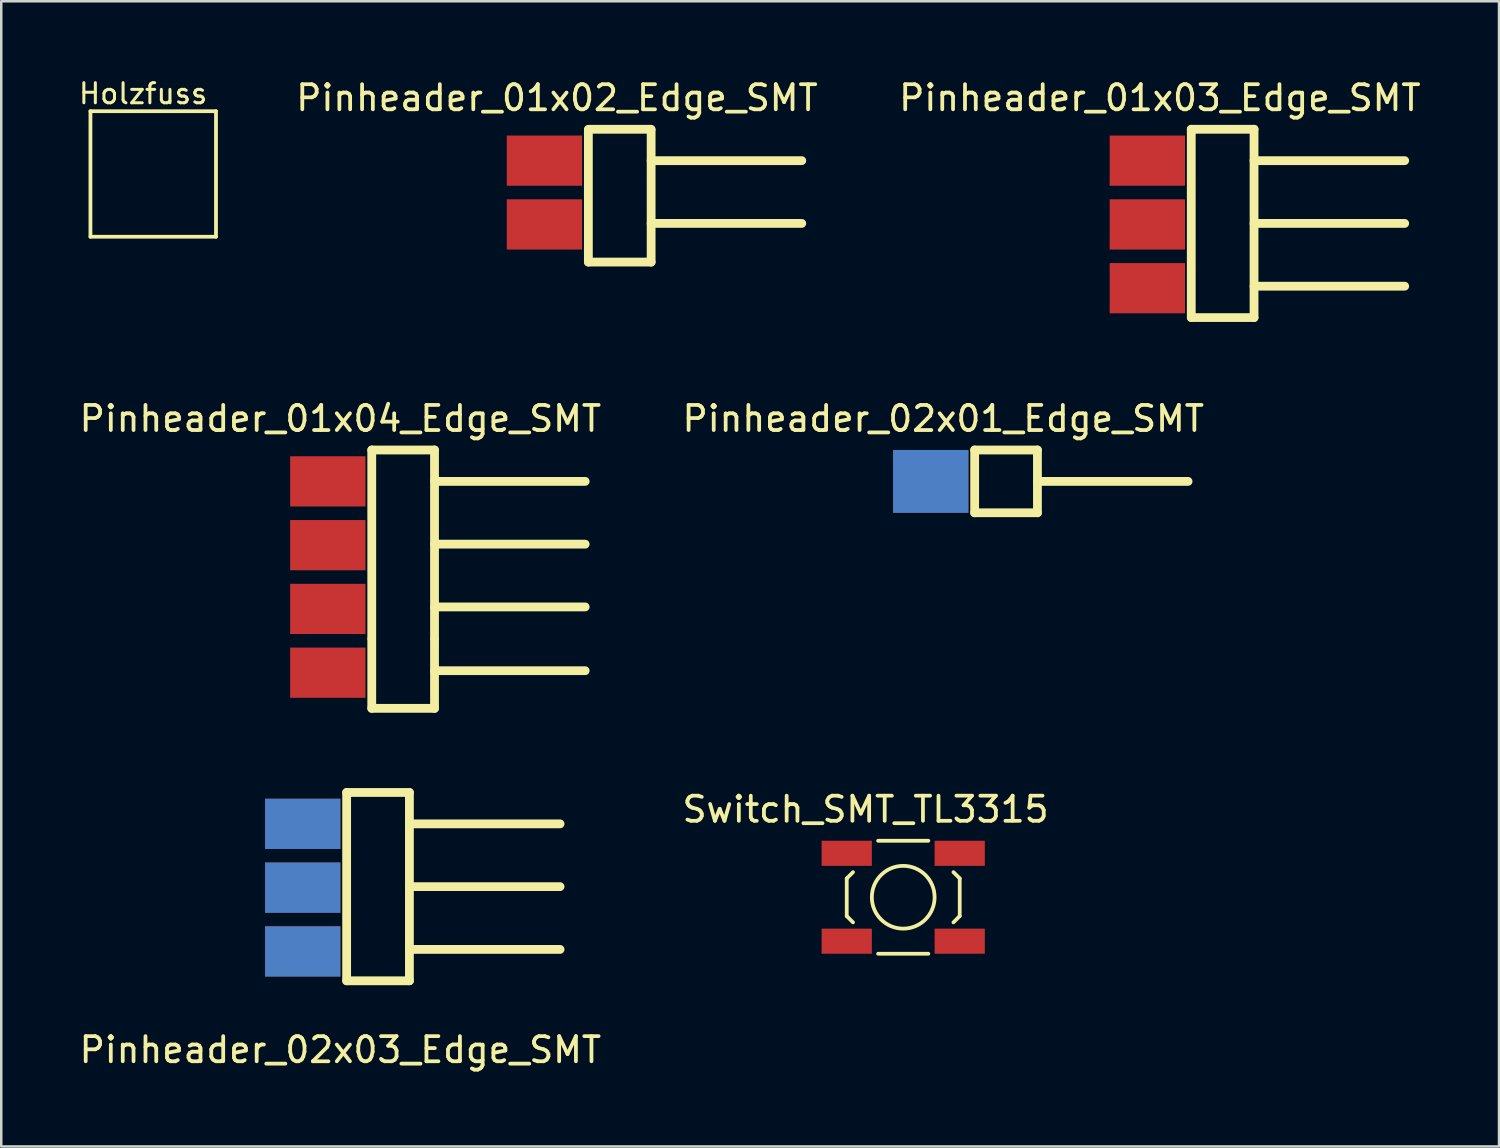
<source format=kicad_pcb>
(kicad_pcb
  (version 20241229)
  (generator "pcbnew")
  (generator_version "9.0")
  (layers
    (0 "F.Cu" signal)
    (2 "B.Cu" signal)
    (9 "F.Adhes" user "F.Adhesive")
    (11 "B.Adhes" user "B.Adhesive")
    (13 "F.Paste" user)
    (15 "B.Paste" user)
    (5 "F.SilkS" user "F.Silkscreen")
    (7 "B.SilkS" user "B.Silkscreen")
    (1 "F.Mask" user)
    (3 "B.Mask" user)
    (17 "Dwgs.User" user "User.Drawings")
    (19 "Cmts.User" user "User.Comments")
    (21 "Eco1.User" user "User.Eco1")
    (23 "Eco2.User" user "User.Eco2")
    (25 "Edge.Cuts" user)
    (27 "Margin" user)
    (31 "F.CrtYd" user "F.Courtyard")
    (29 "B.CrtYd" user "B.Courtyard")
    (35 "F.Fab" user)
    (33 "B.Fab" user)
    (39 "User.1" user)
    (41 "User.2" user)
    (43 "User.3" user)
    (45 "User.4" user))
  (footprint "Pinheader_02x01_Edge_SMT"
    (layer "F.Cu")
    (at 34.018 16.122)
    (property "Reference" "Pinheader_02x01_Edge_SMT" (at 0.5 -2.5 0) (layer "F.SilkS") (effects (font (size 1 1) (thickness 0.15))))
    (attr through_hole)
    (fp_line (start 1.75 -1.25) (end 1.75 1.25) (stroke (width 0.35) (type solid)) (layer "F.SilkS"))
    (fp_line (start 1.75 1.25) (end 4.25 1.25) (stroke (width 0.35) (type solid)) (layer "F.SilkS"))
    (fp_line (start 4.25 -1.25) (end 1.75 -1.25) (stroke (width 0.35) (type solid)) (layer "F.SilkS"))
    (fp_line (start 4.25 0) (end 10.25 0) (stroke (width 0.35) (type solid)) (layer "F.SilkS"))
    (fp_line (start 4.25 1.25) (end 4.25 -1.25) (stroke (width 0.35) (type solid)) (layer "F.SilkS"))
    (pad "1" smd rect (at 0 0) (size 3 2.5) (layers "F.Cu" "F.Mask" "F.Paste"))
    (pad "2" smd rect (at 0 0) (size 3 2.5) (layers "B.Cu" "B.Mask" "B.Paste")))
  (footprint "Holzfuss"
    (layer "F.Cu")
    (at 3.052 3.879)
    (property "Reference" "Holzfuss" (at -0.4 -3.2 0) (layer "F.SilkS") (effects (font (size 0.8 0.8) (thickness 0.12))))
    (attr through_hole)
    (fp_line (start -2.5 -2.5) (end -2.5 2.5) (stroke (width 0.15) (type solid)) (layer "F.SilkS"))
    (fp_line (start -2.5 2.5) (end 2.5 2.5) (stroke (width 0.15) (type solid)) (layer "F.SilkS"))
    (fp_line (start 2.5 -2.5) (end -2.5 -2.5) (stroke (width 0.15) (type solid)) (layer "F.SilkS"))
    (fp_line (start 2.5 -2.5) (end 2.5 2.5) (stroke (width 0.15) (type solid)) (layer "F.SilkS")))
  (footprint "Pinheader_01x04_Edge_SMT"
    (layer "F.Cu")
    (at 10.006 18.662)
    (property "Reference" "Pinheader_01x04_Edge_SMT" (at 0.5 -5.04 0) (layer "F.SilkS") (effects (font (size 1 1) (thickness 0.15))))
    (attr through_hole)
    (fp_line (start 1.75 -3.79) (end 1.75 3.71) (stroke (width 0.35) (type solid)) (layer "F.SilkS"))
    (fp_line (start 1.75 3.75) (end 1.75 6.5) (stroke (width 0.35) (type solid)) (layer "F.SilkS"))
    (fp_line (start 1.75 6.5) (end 4.25 6.5) (stroke (width 0.35) (type solid)) (layer "F.SilkS"))
    (fp_line (start 4.25 -3.79) (end 1.75 -3.79) (stroke (width 0.35) (type solid)) (layer "F.SilkS"))
    (fp_line (start 4.25 -2.54) (end 10.25 -2.54) (stroke (width 0.35) (type solid)) (layer "F.SilkS"))
    (fp_line (start 4.25 -0.04) (end 10.25 -0.04) (stroke (width 0.35) (type solid)) (layer "F.SilkS"))
    (fp_line (start 4.25 2.46) (end 10.25 2.46) (stroke (width 0.35) (type solid)) (layer "F.SilkS"))
    (fp_line (start 4.25 3.71) (end 4.25 -3.79) (stroke (width 0.35) (type solid)) (layer "F.SilkS"))
    (fp_line (start 4.25 5) (end 10.25 5) (stroke (width 0.35) (type solid)) (layer "F.SilkS"))
    (fp_line (start 4.25 6.5) (end 4.25 3.75) (stroke (width 0.35) (type solid)) (layer "F.SilkS"))
    (pad "1" smd rect (at 0 -2.54) (size 3 2) (layers "F.Cu" "F.Mask" "F.Paste"))
    (pad "2" smd rect (at 0 0) (size 3 2) (layers "F.Cu" "F.Mask" "F.Paste"))
    (pad "3" smd rect (at 0 2.54) (size 3 2) (layers "F.Cu" "F.Mask" "F.Paste"))
    (pad "4" smd rect (at 0 5.08) (size 3 2) (layers "F.Cu" "F.Mask" "F.Paste")))
  (footprint "Pinheader_02x03_Edge_SMT"
    (layer "F.Cu")
    (at 9.006 29.762)
    (property "Reference" "Pinheader_02x03_Edge_SMT" (at 1.5 9 0) (layer "F.SilkS") (effects (font (size 1 1) (thickness 0.15))))
    (attr through_hole)
    (fp_line (start 1.75 -1.25) (end 1.75 6.25) (stroke (width 0.35) (type solid)) (layer "F.SilkS"))
    (fp_line (start 1.75 6.25) (end 4.25 6.25) (stroke (width 0.35) (type solid)) (layer "F.SilkS"))
    (fp_line (start 4.25 -1.25) (end 1.75 -1.25) (stroke (width 0.35) (type solid)) (layer "F.SilkS"))
    (fp_line (start 4.25 0) (end 10.25 0) (stroke (width 0.35) (type solid)) (layer "F.SilkS"))
    (fp_line (start 4.25 2.5) (end 10.25 2.5) (stroke (width 0.35) (type solid)) (layer "F.SilkS"))
    (fp_line (start 4.25 5) (end 10.25 5) (stroke (width 0.35) (type solid)) (layer "F.SilkS"))
    (fp_line (start 4.25 6.25) (end 4.25 -1.25) (stroke (width 0.35) (type solid)) (layer "F.SilkS"))
    (pad "1" smd rect (at 0 0) (size 3 2) (layers "F.Cu" "F.Mask" "F.Paste"))
    (pad "2" smd rect (at 0 0) (size 3 2) (layers "B.Cu" "B.Mask" "B.Paste"))
    (pad "3" smd rect (at 0 2.54) (size 3 2) (layers "F.Cu" "F.Mask" "F.Paste"))
    (pad "4" smd rect (at 0 2.54) (size 3 2) (layers "B.Cu" "B.Mask" "B.Paste"))
    (pad "5" smd rect (at 0 5.08) (size 3 2) (layers "F.Cu" "F.Mask" "F.Paste"))
    (pad "6" smd rect (at 0 5.08) (size 3 2) (layers "B.Cu" "B.Mask" "B.Paste")))
  (footprint "Pinheader_01x03_Edge_SMT"
    (layer "F.Cu")
    (at 42.645 5.888)
    (property "Reference" "Pinheader_01x03_Edge_SMT" (at 0.5 -5.04 0) (layer "F.SilkS") (effects (font (size 1 1) (thickness 0.15))))
    (attr through_hole)
    (fp_line (start 1.75 -3.79) (end 1.75 3.71) (stroke (width 0.35) (type solid)) (layer "F.SilkS"))
    (fp_line (start 1.75 3.71) (end 4.25 3.71) (stroke (width 0.35) (type solid)) (layer "F.SilkS"))
    (fp_line (start 4.25 -3.79) (end 1.75 -3.79) (stroke (width 0.35) (type solid)) (layer "F.SilkS"))
    (fp_line (start 4.25 -2.54) (end 10.25 -2.54) (stroke (width 0.35) (type solid)) (layer "F.SilkS"))
    (fp_line (start 4.25 -0.04) (end 10.25 -0.04) (stroke (width 0.35) (type solid)) (layer "F.SilkS"))
    (fp_line (start 4.25 2.46) (end 10.25 2.46) (stroke (width 0.35) (type solid)) (layer "F.SilkS"))
    (fp_line (start 4.25 3.71) (end 4.25 -3.79) (stroke (width 0.35) (type solid)) (layer "F.SilkS"))
    (pad "1" smd rect (at 0 -2.54) (size 3 2) (layers "F.Cu" "F.Mask" "F.Paste"))
    (pad "2" smd rect (at 0 0) (size 3 2) (layers "F.Cu" "F.Mask" "F.Paste"))
    (pad "3" smd rect (at 0 2.54) (size 3 2) (layers "F.Cu" "F.Mask" "F.Paste")))
  (footprint "Pinheader_01x02_Edge_SMT"
    (layer "F.Cu")
    (at 18.633 5.888)
    (property "Reference" "Pinheader_01x02_Edge_SMT" (at 0.5 -5.04 0) (layer "F.SilkS") (effects (font (size 1 1) (thickness 0.15))))
    (attr through_hole)
    (fp_line (start 1.75 -3.75) (end 1.75 1.5) (stroke (width 0.35) (type solid)) (layer "F.SilkS"))
    (fp_line (start 1.75 1.5) (end 4.25 1.5) (stroke (width 0.35) (type solid)) (layer "F.SilkS"))
    (fp_line (start 4.25 -3.79) (end 1.75 -3.79) (stroke (width 0.35) (type solid)) (layer "F.SilkS"))
    (fp_line (start 4.25 -2.54) (end 10.25 -2.54) (stroke (width 0.35) (type solid)) (layer "F.SilkS"))
    (fp_line (start 4.25 -0.04) (end 10.25 -0.04) (stroke (width 0.35) (type solid)) (layer "F.SilkS"))
    (fp_line (start 4.25 1.5) (end 4.25 -3.75) (stroke (width 0.35) (type solid)) (layer "F.SilkS"))
    (pad "1" smd rect (at 0 -2.54) (size 3 2) (layers "F.Cu" "F.Mask" "F.Paste"))
    (pad "2" smd rect (at 0 0) (size 3 2) (layers "F.Cu" "F.Mask" "F.Paste")))
  (footprint "Switch_SMT_TL3315"
    (layer "F.Cu")
    (at 32.923 32.685)
    (property "Reference" "Switch_SMT_TL3315" (at -1.5 -3.5 0) (layer "F.SilkS") (effects (font (size 1 1) (thickness 0.15))))
    (attr through_hole)
    (fp_line (start -2.25 -0.75) (end -2.25 0.75) (stroke (width 0.15) (type solid)) (layer "F.SilkS"))
    (fp_line (start -2.25 -0.75) (end -2 -1) (stroke (width 0.15) (type solid)) (layer "F.SilkS"))
    (fp_line (start -2.25 0.75) (end -2 1) (stroke (width 0.15) (type solid)) (layer "F.SilkS"))
    (fp_line (start -1 -2.25) (end 1 -2.25) (stroke (width 0.15) (type solid)) (layer "F.SilkS"))
    (fp_line (start -1 2.25) (end 1 2.25) (stroke (width 0.15) (type solid)) (layer "F.SilkS"))
    (fp_line (start 2.25 -0.75) (end 2 -1) (stroke (width 0.15) (type solid)) (layer "F.SilkS"))
    (fp_line (start 2.25 -0.75) (end 2.25 0.75) (stroke (width 0.15) (type solid)) (layer "F.SilkS"))
    (fp_line (start 2.25 0.75) (end 2 1) (stroke (width 0.15) (type solid)) (layer "F.SilkS"))
    (fp_circle (center 0 0) (end 1.25 0) (stroke (width 0.15) (type solid)) (fill no) (layer "F.SilkS"))
    (pad "1" smd rect (at -2.25 -1.75) (size 2 1) (layers "F.Cu" "F.Mask" "F.Paste"))
    (pad "1" smd rect (at 2.25 -1.75) (size 2 1) (layers "F.Cu" "F.Mask" "F.Paste"))
    (pad "2" smd rect (at -2.25 1.75) (size 2 1) (layers "F.Cu" "F.Mask" "F.Paste"))
    (pad "2" smd rect (at 2.25 1.75) (size 2 1) (layers "F.Cu" "F.Mask" "F.Paste")))
  (gr_rect
    (start -3 -3)
    (end 56.651 42.61)
    (stroke (width 0.1) (type default))
    (fill no)
    (layer "Edge.Cuts")))
</source>
